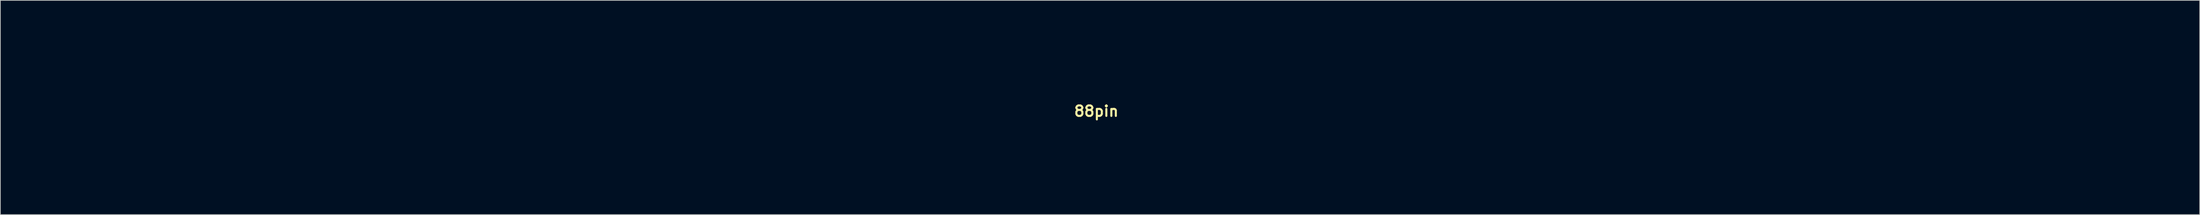
<source format=kicad_pcb>
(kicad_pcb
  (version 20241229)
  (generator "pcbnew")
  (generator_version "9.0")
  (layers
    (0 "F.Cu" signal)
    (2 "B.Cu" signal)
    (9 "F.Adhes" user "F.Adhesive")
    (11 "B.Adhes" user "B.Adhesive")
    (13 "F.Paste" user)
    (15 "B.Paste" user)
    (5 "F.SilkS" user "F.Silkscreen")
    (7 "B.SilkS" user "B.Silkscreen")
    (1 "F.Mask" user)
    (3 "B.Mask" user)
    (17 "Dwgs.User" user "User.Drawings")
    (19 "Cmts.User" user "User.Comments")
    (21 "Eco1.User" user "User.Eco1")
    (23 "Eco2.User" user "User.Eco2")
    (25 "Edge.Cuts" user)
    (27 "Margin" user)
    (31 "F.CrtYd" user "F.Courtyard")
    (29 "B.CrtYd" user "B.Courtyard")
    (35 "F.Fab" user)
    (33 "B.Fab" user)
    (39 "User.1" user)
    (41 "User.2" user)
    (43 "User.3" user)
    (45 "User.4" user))
  (footprint "88pin"
    (layer "F.Cu")
    (at 156.148 13.106)
    (property "Reference" "88pin" (at 0 0 0) (layer "F.SilkS") (effects (font (size 1.524 1.524) (thickness 0.3))))
    (attr through_hole)
    (fp_poly (pts (xy -151.598 6.551) (xy -151.732 6.684) (xy -151.865 6.551) (xy -151.732 6.417) (xy -151.598 6.551)) (stroke (width 0.01) (type solid)) (fill no) (layer "Eco1.User"))
    (fp_poly (pts (xy -150.261 7.887) (xy -150.395 8.021) (xy -150.528 7.887) (xy -150.395 7.754) (xy -150.261 7.887)) (stroke (width 0.01) (type solid)) (fill no) (layer "Eco1.User"))
    (fp_poly (pts (xy -147.053 1.738) (xy -147.186 1.872) (xy -147.32 1.738) (xy -147.186 1.604) (xy -147.053 1.738)) (stroke (width 0.01) (type solid)) (fill no) (layer "Eco1.User"))
    (fp_poly (pts (xy -145.448 3.342) (xy -145.582 3.476) (xy -145.716 3.342) (xy -145.582 3.208) (xy -145.448 3.342)) (stroke (width 0.01) (type solid)) (fill no) (layer "Eco1.User"))
    (fp_poly (pts (xy 147.053 2.807) (xy 146.919 2.941) (xy 146.785 2.807) (xy 146.919 2.674) (xy 147.053 2.807)) (stroke (width 0.01) (type solid)) (fill no) (layer "Eco1.User"))
    (fp_poly (pts (xy 147.053 5.748) (xy 146.919 5.882) (xy 146.785 5.748) (xy 146.919 5.615) (xy 147.053 5.748)) (stroke (width 0.01) (type solid)) (fill no) (layer "Eco1.User"))
    (fp_poly (pts (xy 153.202 6.016) (xy 153.068 6.149) (xy 152.935 6.016) (xy 153.068 5.882) (xy 153.202 6.016)) (stroke (width 0.01) (type solid)) (fill no) (layer "Eco1.User"))
    (fp_poly (pts (xy -151.954 3.565) (xy -151.922 3.882) (xy -151.954 3.921) (xy -152.113 3.885) (xy -152.133 3.743) (xy -152.035 3.523) (xy -151.954 3.565)) (stroke (width 0.01) (type solid)) (fill no) (layer "Eco1.User"))
    (fp_poly (pts (xy -151.954 5.704) (xy -151.922 6.021) (xy -151.954 6.06) (xy -152.113 6.024) (xy -152.133 5.882) (xy -152.035 5.662) (xy -151.954 5.704)) (stroke (width 0.01) (type solid)) (fill no) (layer "Eco1.User"))
    (fp_poly (pts (xy -149.548 8.11) (xy -149.585 8.269) (xy -149.726 8.288) (xy -149.946 8.191) (xy -149.905 8.11) (xy -149.587 8.078) (xy -149.548 8.11)) (stroke (width 0.01) (type solid)) (fill no) (layer "Eco1.User"))
    (fp_poly (pts (xy -147.676 1.426) (xy -147.713 1.585) (xy -147.855 1.604) (xy -148.075 1.506) (xy -148.033 1.426) (xy -147.716 1.394) (xy -147.676 1.426)) (stroke (width 0.01) (type solid)) (fill no) (layer "Eco1.User"))
    (fp_poly (pts (xy -147.409 8.11) (xy -147.446 8.269) (xy -147.587 8.288) (xy -147.807 8.191) (xy -147.766 8.11) (xy -147.448 8.078) (xy -147.409 8.11)) (stroke (width 0.01) (type solid)) (fill no) (layer "Eco1.User"))
    (fp_poly (pts (xy -145.27 3.832) (xy -145.238 4.15) (xy -145.27 4.189) (xy -145.429 4.152) (xy -145.448 4.011) (xy -145.351 3.79) (xy -145.27 3.832)) (stroke (width 0.01) (type solid)) (fill no) (layer "Eco1.User"))
    (fp_poly (pts (xy -145.27 5.436) (xy -145.238 5.754) (xy -145.27 5.793) (xy -145.429 5.756) (xy -145.448 5.615) (xy -145.351 5.395) (xy -145.27 5.436)) (stroke (width 0.01) (type solid)) (fill no) (layer "Eco1.User"))
    (fp_poly (pts (xy 146.696 3.298) (xy 146.728 3.615) (xy 146.696 3.654) (xy 146.537 3.617) (xy 146.518 3.476) (xy 146.616 3.256) (xy 146.696 3.298)) (stroke (width 0.01) (type solid)) (fill no) (layer "Eco1.User"))
    (fp_poly (pts (xy 146.696 4.902) (xy 146.728 5.219) (xy 146.696 5.258) (xy 146.537 5.222) (xy 146.518 5.08) (xy 146.616 4.86) (xy 146.696 4.902)) (stroke (width 0.01) (type solid)) (fill no) (layer "Eco1.User"))
    (fp_poly (pts (xy 149.37 0.891) (xy 149.333 1.05) (xy 149.192 1.069) (xy 148.972 0.972) (xy 149.013 0.891) (xy 149.331 0.859) (xy 149.37 0.891)) (stroke (width 0.01) (type solid)) (fill no) (layer "Eco1.User"))
    (fp_poly (pts (xy 151.241 0.891) (xy 151.205 1.05) (xy 151.063 1.069) (xy 150.843 0.972) (xy 150.885 0.891) (xy 151.202 0.859) (xy 151.241 0.891)) (stroke (width 0.01) (type solid)) (fill no) (layer "Eco1.User"))
    (fp_poly (pts (xy 151.241 7.575) (xy 151.205 7.734) (xy 151.063 7.754) (xy 150.843 7.656) (xy 150.885 7.575) (xy 151.202 7.543) (xy 151.241 7.575)) (stroke (width 0.01) (type solid)) (fill no) (layer "Eco1.User"))
    (fp_poly (pts (xy 153.38 3.03) (xy 153.412 3.347) (xy 153.38 3.387) (xy 153.221 3.35) (xy 153.202 3.208) (xy 153.3 2.988) (xy 153.38 3.03)) (stroke (width 0.01) (type solid)) (fill no) (layer "Eco1.User"))
    (fp_poly (pts (xy 153.38 5.169) (xy 153.412 5.486) (xy 153.38 5.526) (xy 153.221 5.489) (xy 153.202 5.347) (xy 153.3 5.127) (xy 153.38 5.169)) (stroke (width 0.01) (type solid)) (fill no) (layer "Eco1.User"))
    (fp_poly (pts (xy -146.317 2.247) (xy -145.812 2.721) (xy -145.739 2.928) (xy -145.808 2.941) (xy -146.026 2.761) (xy -146.41 2.339) (xy -146.919 1.738) (xy -146.317 2.247)) (stroke (width 0.01) (type solid)) (fill no) (layer "Eco1.User"))
    (fp_poly (pts (xy 151.824 1.178) (xy 152.111 1.447) (xy 152.052 1.602) (xy 152.015 1.604) (xy 151.789 1.414) (xy 151.706 1.296) (xy 151.675 1.113) (xy 151.824 1.178)) (stroke (width 0.01) (type solid)) (fill no) (layer "Eco1.User"))
    (fp_poly (pts (xy -151.457 7.035) (xy -151.264 7.185) (xy -150.893 7.515) (xy -150.796 7.653) (xy -150.926 7.733) (xy -151.281 7.389) (xy -151.365 7.286) (xy -151.596 6.969) (xy -151.457 7.035)) (stroke (width 0.01) (type solid)) (fill no) (layer "Eco1.User"))
    (fp_poly (pts (xy -145.565 6.557) (xy -145.961 7.012) (xy -146.245 7.294) (xy -147.148 8.155) (xy -146.365 7.194) (xy -145.881 6.647) (xy -145.541 6.351) (xy -145.462 6.333) (xy -145.565 6.557)) (stroke (width 0.01) (type solid)) (fill no) (layer "Eco1.User"))
    (fp_poly (pts (xy 148.48 1.084) (xy 148.36 1.304) (xy 147.93 1.707) (xy 147.753 1.849) (xy 146.919 2.494) (xy 147.646 1.729) (xy 148.127 1.275) (xy 148.439 1.076) (xy 148.48 1.084)) (stroke (width 0.01) (type solid)) (fill no) (layer "Eco1.User"))
    (fp_poly (pts (xy 152.73 1.809) (xy 152.935 2.139) (xy 153.107 2.552) (xy 153.087 2.674) (xy 152.873 2.469) (xy 152.667 2.139) (xy 152.495 1.726) (xy 152.515 1.604) (xy 152.73 1.809)) (stroke (width 0.01) (type solid)) (fill no) (layer "Eco1.User"))
    (fp_poly (pts (xy 14.277 2.63) (xy 14.805 3.263) (xy 14.973 4.163) (xy 14.973 5.08) (xy 11.764 5.08) (xy 11.764 4.186) (xy 11.981 3.248) (xy 12.575 2.625) (xy 13.437 2.406) (xy 14.277 2.63)) (stroke (width 0.01) (type solid)) (fill no) (layer "Eco1.User"))
    (fp_poly (pts (xy -36.609 2.64) (xy -36.038 3.279) (xy -35.827 4.226) (xy -35.827 4.232) (xy -35.827 5.08) (xy -39.036 5.08) (xy -39.036 4.163) (xy -38.84 3.199) (xy -38.278 2.598) (xy -37.454 2.406) (xy -36.609 2.64)) (stroke (width 0.01) (type solid)) (fill no) (layer "Eco1.User"))
    (fp_poly (pts (xy 147.708 6.715) (xy 148.361 7.178) (xy 148.791 7.442) (xy 149.079 7.666) (xy 148.995 7.746) (xy 148.605 7.577) (xy 148.053 7.15) (xy 147.913 7.018) (xy 147.573 6.666) (xy 147.579 6.619) (xy 147.708 6.715)) (stroke (width 0.01) (type solid)) (fill no) (layer "Eco1.User"))
    (fp_poly (pts (xy 152.835 6.626) (xy 152.819 6.655) (xy 152.532 6.94) (xy 152.102 7.233) (xy 151.726 7.414) (xy 151.598 7.393) (xy 151.796 7.185) (xy 152.276 6.836) (xy 152.299 6.821) (xy 152.722 6.589) (xy 152.835 6.626)) (stroke (width 0.01) (type solid)) (fill no) (layer "Eco1.User"))
    (fp_poly (pts (xy -85.558 1.622) (xy -85.715 2.915) (xy -86.181 3.784) (xy -86.95 4.218) (xy -87.429 4.27) (xy -88.062 4.196) (xy -88.392 4.073) (xy -88.91 3.442) (xy -89.229 2.454) (xy -89.301 1.622) (xy -89.301 0.535) (xy -85.558 0.535) (xy -85.558 1.622)) (stroke (width 0.01) (type solid)) (fill no) (layer "Eco1.User"))
    (fp_poly (pts (xy -81.416 0.89) (xy -80.728 1.297) (xy -80.355 1.718) (xy -80.133 2.333) (xy -80.008 3.301) (xy -79.998 3.436) (xy -79.879 5.08) (xy -83.856 5.08) (xy -83.659 3.416) (xy -83.367 2.124) (xy -82.868 1.253) (xy -82.204 0.832) (xy -81.416 0.89)) (stroke (width 0.01) (type solid)) (fill no) (layer "Eco1.User"))
    (fp_poly (pts (xy -149.291 1.415) (xy -149.335 1.575) (xy -149.539 1.604) (xy -149.986 1.771) (xy -150.626 2.196) (xy -150.963 2.472) (xy -151.508 2.923) (xy -151.702 3.005) (xy -151.584 2.751) (xy -151.15 2.27) (xy -150.533 1.815) (xy -149.9 1.481) (xy -149.418 1.367) (xy -149.291 1.415)) (stroke (width 0.01) (type solid)) (fill no) (layer "Eco1.User"))
    (fp_poly (pts (xy -103.848 0.917) (xy -103.107 1.356) (xy -102.525 2.084) (xy -102.461 2.92) (xy -102.818 3.684) (xy -103.432 4.146) (xy -104.252 4.281) (xy -105.053 4.079) (xy -105.435 3.789) (xy -105.823 3.002) (xy -105.789 2.112) (xy -105.343 1.337) (xy -104.62 0.872) (xy -103.848 0.917)) (stroke (width 0.01) (type solid)) (fill no) (layer "Eco1.User"))
    (fp_poly (pts (xy -53.583 0.917) (xy -52.841 1.356) (xy -52.259 2.084) (xy -52.196 2.92) (xy -52.553 3.684) (xy -53.167 4.146) (xy -53.986 4.281) (xy -54.787 4.079) (xy -55.17 3.789) (xy -55.558 3.002) (xy -55.523 2.112) (xy -55.078 1.337) (xy -54.355 0.872) (xy -53.583 0.917)) (stroke (width 0.01) (type solid)) (fill no) (layer "Eco1.User"))
    (fp_poly (pts (xy -43.918 2.595) (xy -43.312 3.187) (xy -43.049 4.109) (xy -43.046 4.232) (xy -43.046 5.08) (xy -44.622 5.08) (xy -45.589 5.04) (xy -46.134 4.901) (xy -46.36 4.658) (xy -46.42 3.92) (xy -46.17 3.165) (xy -45.707 2.667) (xy -44.754 2.399) (xy -43.918 2.595)) (stroke (width 0.01) (type solid)) (fill no) (layer "Eco1.User"))
    (fp_poly (pts (xy 4.545 0.105) (xy 4.443 1.042) (xy 4.059 1.774) (xy 3.77 2.111) (xy 3.123 2.7) (xy 2.562 2.896) (xy 1.898 2.765) (xy 1.872 2.756) (xy 1.252 2.318) (xy 0.904 1.51) (xy 0.802 0.35) (xy 0.802 -1.069) (xy 4.545 -1.069) (xy 4.545 0.105)) (stroke (width 0.01) (type solid)) (fill no) (layer "Eco1.User"))
    (fp_poly (pts (xy 21.532 2.61) (xy 21.644 2.667) (xy 22.113 3.176) (xy 22.359 3.933) (xy 22.296 4.658) (xy 22.048 4.913) (xy 21.48 5.045) (xy 20.559 5.08) (xy 18.983 5.08) (xy 18.983 4.186) (xy 19.201 3.256) (xy 19.777 2.639) (xy 20.593 2.402) (xy 21.532 2.61)) (stroke (width 0.01) (type solid)) (fill no) (layer "Eco1.User"))
    (fp_poly (pts (xy 50.716 2.793) (xy 51.202 3.49) (xy 51.335 4.232) (xy 51.335 5.08) (xy 49.759 5.08) (xy 48.793 5.04) (xy 48.247 4.901) (xy 48.021 4.657) (xy 47.878 3.844) (xy 48.197 3.156) (xy 48.394 2.941) (xy 49.179 2.461) (xy 49.997 2.431) (xy 50.716 2.793)) (stroke (width 0.01) (type solid)) (fill no) (layer "Eco1.User"))
    (fp_poly (pts (xy 82.357 1.215) (xy 82.794 1.904) (xy 82.884 2.514) (xy 82.667 3.409) (xy 82.107 4.017) (xy 81.344 4.281) (xy 80.517 4.142) (xy 79.943 3.743) (xy 79.474 2.989) (xy 79.538 2.202) (xy 80.065 1.458) (xy 80.864 0.945) (xy 81.671 0.88) (xy 82.357 1.215)) (stroke (width 0.01) (type solid)) (fill no) (layer "Eco1.User"))
    (fp_poly (pts (xy 103.897 0.917) (xy 104.639 1.356) (xy 105.221 2.084) (xy 105.284 2.92) (xy 104.927 3.684) (xy 104.313 4.146) (xy 103.494 4.281) (xy 102.693 4.079) (xy 102.31 3.789) (xy 101.922 3.002) (xy 101.957 2.112) (xy 102.402 1.337) (xy 103.125 0.872) (xy 103.897 0.917)) (stroke (width 0.01) (type solid)) (fill no) (layer "Eco1.User"))
    (fp_poly (pts (xy -114.78 0.909) (xy -114.166 1.337) (xy -113.734 2.082) (xy -113.671 2.939) (xy -113.984 3.69) (xy -114.121 3.835) (xy -114.868 4.218) (xy -115.718 4.246) (xy -116.455 3.932) (xy -116.691 3.684) (xy -117.072 2.788) (xy -116.93 1.966) (xy -116.403 1.356) (xy -115.541 0.878) (xy -114.78 0.909)) (stroke (width 0.01) (type solid)) (fill no) (layer "Eco1.User"))
    (fp_poly (pts (xy -108.768 1.144) (xy -108.277 1.721) (xy -108.063 2.472) (xy -108.221 3.309) (xy -108.433 3.684) (xy -109.031 4.164) (xy -109.755 4.278) (xy -110.607 4.106) (xy -111.076 3.684) (xy -111.456 2.764) (xy -111.335 1.878) (xy -110.958 1.337) (xy -110.203 0.865) (xy -109.442 0.83) (xy -108.768 1.144)) (stroke (width 0.01) (type solid)) (fill no) (layer "Eco1.User"))
    (fp_poly (pts (xy -98.013 1.02) (xy -97.371 1.552) (xy -96.907 2.21) (xy -96.787 2.662) (xy -97.018 3.403) (xy -97.603 3.944) (xy -98.377 4.225) (xy -99.178 4.184) (xy -99.821 3.789) (xy -100.191 3.05) (xy -100.177 2.224) (xy -99.843 1.47) (xy -99.251 0.947) (xy -98.647 0.802) (xy -98.013 1.02)) (stroke (width 0.01) (type solid)) (fill no) (layer "Eco1.User"))
    (fp_poly (pts (xy -92.475 0.969) (xy -91.803 1.484) (xy -91.325 2.26) (xy -91.305 3.052) (xy -91.684 3.733) (xy -92.406 4.177) (xy -93.076 4.278) (xy -93.783 4.129) (xy -94.228 3.858) (xy -94.591 3.172) (xy -94.633 2.328) (xy -94.37 1.559) (xy -94.054 1.218) (xy -93.233 0.844) (xy -92.475 0.969)) (stroke (width 0.01) (type solid)) (fill no) (layer "Eco1.User"))
    (fp_poly (pts (xy -59.261 0.912) (xy -58.35 1.305) (xy -57.846 1.983) (xy -57.79 2.839) (xy -58.168 3.684) (xy -58.782 4.146) (xy -59.601 4.281) (xy -60.402 4.079) (xy -60.785 3.789) (xy -61.191 3.018) (xy -61.181 2.207) (xy -60.828 1.492) (xy -60.203 1.008) (xy -59.379 0.893) (xy -59.261 0.912)) (stroke (width 0.01) (type solid)) (fill no) (layer "Eco1.User"))
    (fp_poly (pts (xy -44.2 -13.032) (xy -43.533 -12.609) (xy -43.119 -11.865) (xy -43.046 -11.317) (xy -43.259 -10.484) (xy -43.801 -9.901) (xy -44.526 -9.631) (xy -45.289 -9.736) (xy -45.812 -10.114) (xy -46.177 -10.848) (xy -46.214 -11.716) (xy -45.927 -12.476) (xy -45.766 -12.659) (xy -44.988 -13.071) (xy -44.2 -13.032)) (stroke (width 0.01) (type solid)) (fill no) (layer "Eco1.User"))
    (fp_poly (pts (xy -36.615 -12.909) (xy -36.006 -12.374) (xy -35.839 -12.059) (xy -35.707 -11.135) (xy -36.016 -10.281) (xy -36.469 -9.83) (xy -37.175 -9.632) (xy -37.99 -9.753) (xy -38.612 -10.135) (xy -38.965 -10.899) (xy -38.988 -11.53) (xy -38.696 -12.354) (xy -38.106 -12.874) (xy -37.364 -13.068) (xy -36.615 -12.909)) (stroke (width 0.01) (type solid)) (fill no) (layer "Eco1.User"))
    (fp_poly (pts (xy -29.25 2.611) (xy -28.775 3.158) (xy -28.482 3.906) (xy -28.478 4.555) (xy -28.654 4.855) (xy -29.031 5.015) (xy -29.742 5.075) (xy -30.231 5.08) (xy -31.817 5.08) (xy -31.817 4.186) (xy -31.657 3.356) (xy -31.328 2.849) (xy -30.634 2.495) (xy -29.817 2.426) (xy -29.25 2.611)) (stroke (width 0.01) (type solid)) (fill no) (layer "Eco1.User"))
    (fp_poly (pts (xy -25.651 -0.336) (xy -25.054 0.228) (xy -24.865 1.037) (xy -25.083 1.991) (xy -25.724 2.619) (xy -26.255 2.818) (xy -26.888 2.839) (xy -27.469 2.491) (xy -27.659 2.31) (xy -28.223 1.53) (xy -28.276 0.77) (xy -27.925 0.059) (xy -27.323 -0.422) (xy -26.607 -0.535) (xy -25.651 -0.336)) (stroke (width 0.01) (type solid)) (fill no) (layer "Eco1.User"))
    (fp_poly (pts (xy -22.538 2.475) (xy -21.805 2.821) (xy -21.302 3.432) (xy -21.173 4.227) (xy -21.253 4.622) (xy -21.464 4.846) (xy -21.935 4.959) (xy -22.797 5.02) (xy -22.927 5.026) (xy -24.598 5.106) (xy -24.598 4.198) (xy -24.438 3.355) (xy -24.109 2.849) (xy -23.354 2.461) (xy -22.538 2.475)) (stroke (width 0.01) (type solid)) (fill no) (layer "Eco1.User"))
    (fp_poly (pts (xy -14.849 -12.885) (xy -14.268 -12.335) (xy -13.952 -11.601) (xy -13.958 -10.829) (xy -14.341 -10.169) (xy -14.497 -10.041) (xy -15.417 -9.662) (xy -16.303 -9.783) (xy -16.844 -10.16) (xy -17.28 -10.912) (xy -17.292 -11.731) (xy -16.943 -12.468) (xy -16.293 -12.969) (xy -15.641 -13.101) (xy -14.849 -12.885)) (stroke (width 0.01) (type solid)) (fill no) (layer "Eco1.User"))
    (fp_poly (pts (xy -0.619 -13.032) (xy 0.048 -12.609) (xy 0.462 -11.865) (xy 0.535 -11.317) (xy 0.317 -10.491) (xy -0.236 -9.903) (xy -0.976 -9.622) (xy -1.755 -9.714) (xy -2.254 -10.045) (xy -2.596 -10.715) (xy -2.647 -11.572) (xy -2.415 -12.361) (xy -2.185 -12.659) (xy -1.407 -13.071) (xy -0.619 -13.032)) (stroke (width 0.01) (type solid)) (fill no) (layer "Eco1.User"))
    (fp_poly (pts (xy -0.084 2.793) (xy 0.402 3.49) (xy 0.535 4.232) (xy 0.535 5.08) (xy -1.025 5.08) (xy -1.895 5.052) (xy -2.535 4.978) (xy -2.763 4.902) (xy -2.944 4.392) (xy -2.842 3.693) (xy -2.498 3.043) (xy -2.406 2.941) (xy -1.621 2.461) (xy -0.803 2.431) (xy -0.084 2.793)) (stroke (width 0.01) (type solid)) (fill no) (layer "Eco1.User"))
    (fp_poly (pts (xy 6.698 2.527) (xy 7.311 2.895) (xy 7.631 3.512) (xy 7.754 4.232) (xy 7.754 5.08) (xy 6.167 5.08) (xy 5.252 5.053) (xy 4.735 4.945) (xy 4.482 4.717) (xy 4.415 4.555) (xy 4.424 3.882) (xy 4.725 3.136) (xy 5.187 2.611) (xy 5.887 2.414) (xy 6.698 2.527)) (stroke (width 0.01) (type solid)) (fill no) (layer "Eco1.User"))
    (fp_poly (pts (xy 25.149 -0.336) (xy 25.746 0.228) (xy 25.935 1.037) (xy 25.717 1.991) (xy 25.076 2.619) (xy 24.545 2.818) (xy 23.912 2.839) (xy 23.331 2.491) (xy 23.141 2.31) (xy 22.577 1.53) (xy 22.524 0.77) (xy 22.875 0.059) (xy 23.477 -0.422) (xy 24.193 -0.535) (xy 25.149 -0.336)) (stroke (width 0.01) (type solid)) (fill no) (layer "Eco1.User"))
    (fp_poly (pts (xy 43.463 -12.714) (xy 43.967 -12.1) (xy 44.128 -11.281) (xy 43.933 -10.471) (xy 43.627 -10.068) (xy 42.892 -9.696) (xy 42.056 -9.675) (xy 41.364 -10.01) (xy 41.345 -10.028) (xy 40.809 -10.847) (xy 40.804 -11.687) (xy 41.107 -12.264) (xy 41.843 -12.907) (xy 42.685 -13.032) (xy 43.463 -12.714)) (stroke (width 0.01) (type solid)) (fill no) (layer "Eco1.User"))
    (fp_poly (pts (xy 50.181 -13.032) (xy 50.848 -12.609) (xy 51.262 -11.865) (xy 51.335 -11.317) (xy 51.122 -10.484) (xy 50.58 -9.901) (xy 49.855 -9.631) (xy 49.092 -9.736) (xy 48.569 -10.114) (xy 48.204 -10.848) (xy 48.167 -11.716) (xy 48.454 -12.476) (xy 48.615 -12.659) (xy 49.393 -13.071) (xy 50.181 -13.032)) (stroke (width 0.01) (type solid)) (fill no) (layer "Eco1.User"))
    (fp_poly (pts (xy 59.467 1.02) (xy 60.109 1.552) (xy 60.573 2.21) (xy 60.693 2.662) (xy 60.462 3.403) (xy 59.877 3.944) (xy 59.103 4.225) (xy 58.302 4.184) (xy 57.659 3.789) (xy 57.289 3.05) (xy 57.303 2.224) (xy 57.637 1.47) (xy 58.229 0.947) (xy 58.833 0.802) (xy 59.467 1.02)) (stroke (width 0.01) (type solid)) (fill no) (layer "Eco1.User"))
    (fp_poly (pts (xy 64.878 -12.956) (xy 65.579 -12.521) (xy 65.988 -11.79) (xy 66.04 -11.363) (xy 65.816 -10.566) (xy 65.245 -9.981) (xy 64.483 -9.67) (xy 63.682 -9.697) (xy 63.007 -10.114) (xy 62.624 -10.861) (xy 62.596 -11.711) (xy 62.91 -12.448) (xy 63.158 -12.685) (xy 64.025 -13.032) (xy 64.878 -12.956)) (stroke (width 0.01) (type solid)) (fill no) (layer "Eco1.User"))
    (fp_poly (pts (xy 65.005 0.969) (xy 65.677 1.484) (xy 66.155 2.26) (xy 66.175 3.052) (xy 65.796 3.733) (xy 65.074 4.177) (xy 64.404 4.278) (xy 63.697 4.129) (xy 63.252 3.858) (xy 62.889 3.172) (xy 62.847 2.328) (xy 63.11 1.559) (xy 63.426 1.218) (xy 64.247 0.844) (xy 65.005 0.969)) (stroke (width 0.01) (type solid)) (fill no) (layer "Eco1.User"))
    (fp_poly (pts (xy 79.532 -12.885) (xy 80.113 -12.335) (xy 80.429 -11.601) (xy 80.423 -10.829) (xy 80.04 -10.169) (xy 79.884 -10.041) (xy 78.964 -9.662) (xy 78.078 -9.783) (xy 77.537 -10.16) (xy 77.101 -10.912) (xy 77.089 -11.731) (xy 77.438 -12.468) (xy 78.088 -12.969) (xy 78.74 -13.101) (xy 79.532 -12.885)) (stroke (width 0.01) (type solid)) (fill no) (layer "Eco1.User"))
    (fp_poly (pts (xy 87.35 0.909) (xy 87.964 1.337) (xy 88.397 2.082) (xy 88.459 2.939) (xy 88.147 3.69) (xy 88.01 3.835) (xy 87.263 4.218) (xy 86.413 4.246) (xy 85.676 3.932) (xy 85.439 3.684) (xy 85.058 2.788) (xy 85.201 1.966) (xy 85.728 1.356) (xy 86.589 0.878) (xy 87.35 0.909)) (stroke (width 0.01) (type solid)) (fill no) (layer "Eco1.User"))
    (fp_poly (pts (xy 98.786 1.115) (xy 99.431 1.667) (xy 99.677 2.464) (xy 99.482 3.351) (xy 99.427 3.457) (xy 98.849 4.015) (xy 98.045 4.254) (xy 97.227 4.148) (xy 96.707 3.802) (xy 96.31 3.004) (xy 96.342 2.109) (xy 96.787 1.337) (xy 97.392 0.897) (xy 98.043 0.853) (xy 98.786 1.115)) (stroke (width 0.01) (type solid)) (fill no) (layer "Eco1.User"))
    (fp_poly (pts (xy 100.981 -13.032) (xy 101.648 -12.609) (xy 102.062 -11.865) (xy 102.135 -11.317) (xy 101.922 -10.484) (xy 101.38 -9.901) (xy 100.655 -9.631) (xy 99.892 -9.736) (xy 99.369 -10.114) (xy 99.004 -10.848) (xy 98.967 -11.716) (xy 99.254 -12.476) (xy 99.415 -12.659) (xy 100.193 -13.071) (xy 100.981 -13.032)) (stroke (width 0.01) (type solid)) (fill no) (layer "Eco1.User"))
    (fp_poly (pts (xy 108.642 -12.844) (xy 109.236 -12.294) (xy 109.514 -11.486) (xy 109.458 -10.806) (xy 109.043 -10.105) (xy 108.337 -9.703) (xy 107.516 -9.641) (xy 106.757 -9.96) (xy 106.569 -10.135) (xy 106.202 -10.887) (xy 106.221 -11.742) (xy 106.593 -12.492) (xy 106.966 -12.8) (xy 107.847 -13.043) (xy 108.642 -12.844)) (stroke (width 0.01) (type solid)) (fill no) (layer "Eco1.User"))
    (fp_poly (pts (xy 115.7 -12.964) (xy 116.305 -12.566) (xy 116.769 -11.808) (xy 116.738 -10.924) (xy 116.381 -10.134) (xy 115.816 -9.521) (xy 115.123 -9.411) (xy 114.27 -9.802) (xy 114.099 -9.923) (xy 113.5 -10.607) (xy 113.364 -11.252) (xy 113.58 -12.135) (xy 114.134 -12.756) (xy 114.887 -13.053) (xy 115.7 -12.964)) (stroke (width 0.01) (type solid)) (fill no) (layer "Eco1.User"))
    (fp_poly (pts (xy -108.924 -12.66) (xy -108.424 -11.99) (xy -108.284 -11.283) (xy -108.424 -10.511) (xy -108.894 -10.069) (xy -109.767 -9.899) (xy -110.066 -9.893) (xy -110.899 -9.969) (xy -111.365 -10.236) (xy -111.483 -10.41) (xy -111.746 -11.364) (xy -111.495 -12.231) (xy -111.225 -12.566) (xy -110.467 -13.011) (xy -109.652 -13.021) (xy -108.924 -12.66)) (stroke (width 0.01) (type solid)) (fill no) (layer "Eco1.User"))
    (fp_poly (pts (xy -69.856 1.033) (xy -69.315 1.617) (xy -69.034 2.392) (xy -69.074 3.193) (xy -69.47 3.835) (xy -70.217 4.218) (xy -71.067 4.246) (xy -71.804 3.932) (xy -72.041 3.684) (xy -72.359 3.055) (xy -72.457 2.602) (xy -72.241 2.01) (xy -71.716 1.394) (xy -71.07 0.935) (xy -70.597 0.802) (xy -69.856 1.033)) (stroke (width 0.01) (type solid)) (fill no) (layer "Eco1.User"))
    (fp_poly (pts (xy -64.307 1.005) (xy -63.901 1.337) (xy -63.468 2.082) (xy -63.406 2.939) (xy -63.718 3.69) (xy -63.855 3.835) (xy -64.602 4.218) (xy -65.452 4.246) (xy -66.189 3.932) (xy -66.426 3.684) (xy -66.831 2.762) (xy -66.721 1.935) (xy -66.11 1.26) (xy -65.857 1.109) (xy -65.009 0.825) (xy -64.307 1.005)) (stroke (width 0.01) (type solid)) (fill no) (layer "Eco1.User"))
    (fp_poly (pts (xy -47.279 -0.256) (xy -46.938 0.059) (xy -46.562 0.89) (xy -46.694 1.654) (xy -47.178 2.285) (xy -47.812 2.79) (xy -48.41 2.891) (xy -48.928 2.756) (xy -49.574 2.274) (xy -49.936 1.512) (xy -49.968 0.667) (xy -49.627 -0.063) (xy -49.578 -0.115) (xy -48.892 -0.477) (xy -48.048 -0.519) (xy -47.279 -0.256)) (stroke (width 0.01) (type solid)) (fill no) (layer "Eco1.User"))
    (fp_poly (pts (xy -40.451 -0.476) (xy -39.796 -0.04) (xy -39.719 0.059) (xy -39.338 0.955) (xy -39.481 1.777) (xy -40.008 2.387) (xy -40.675 2.825) (xy -41.218 2.889) (xy -41.843 2.622) (xy -42.496 2.108) (xy -42.753 1.431) (xy -42.775 1.044) (xy -42.554 0.276) (xy -41.988 -0.267) (xy -41.234 -0.535) (xy -40.451 -0.476)) (stroke (width 0.01) (type solid)) (fill no) (layer "Eco1.User"))
    (fp_poly (pts (xy -32.93 -0.319) (xy -32.308 0.262) (xy -32.088 1.091) (xy -32.225 1.877) (xy -32.707 2.417) (xy -33.069 2.634) (xy -33.679 2.892) (xy -34.157 2.85) (xy -34.743 2.475) (xy -34.856 2.387) (xy -35.407 1.681) (xy -35.523 0.893) (xy -35.254 0.166) (xy -34.647 -0.357) (xy -33.848 -0.535) (xy -32.93 -0.319)) (stroke (width 0.01) (type solid)) (fill no) (layer "Eco1.User"))
    (fp_poly (pts (xy -29.387 -12.915) (xy -28.876 -12.566) (xy -28.404 -11.811) (xy -28.369 -11.05) (xy -28.683 -10.377) (xy -29.26 -9.886) (xy -30.011 -9.672) (xy -30.848 -9.829) (xy -31.223 -10.041) (xy -31.705 -10.652) (xy -31.798 -11.411) (xy -31.556 -12.168) (xy -31.034 -12.776) (xy -30.288 -13.087) (xy -30.079 -13.101) (xy -29.387 -12.915)) (stroke (width 0.01) (type solid)) (fill no) (layer "Eco1.User"))
    (fp_poly (pts (xy -22.063 -12.863) (xy -21.428 -12.264) (xy -21.127 -11.48) (xy -21.122 -11.363) (xy -21.36 -10.566) (xy -21.959 -9.931) (xy -22.743 -9.631) (xy -22.86 -9.625) (xy -23.552 -9.811) (xy -24.063 -10.16) (xy -24.499 -10.912) (xy -24.511 -11.731) (xy -24.162 -12.468) (xy -23.512 -12.969) (xy -22.86 -13.101) (xy -22.063 -12.863)) (stroke (width 0.01) (type solid)) (fill no) (layer "Eco1.User"))
    (fp_poly (pts (xy -18.421 -0.336) (xy -17.841 0.248) (xy -17.646 1.19) (xy -17.776 2.003) (xy -18.235 2.511) (xy -19.038 2.811) (xy -19.648 2.843) (xy -20.209 2.525) (xy -20.466 2.285) (xy -20.945 1.682) (xy -21.041 1.118) (xy -20.993 0.857) (xy -20.659 0.003) (xy -20.132 -0.426) (xy -19.371 -0.535) (xy -18.421 -0.336)) (stroke (width 0.01) (type solid)) (fill no) (layer "Eco1.User"))
    (fp_poly (pts (xy -7.815 2.564) (xy -7.175 3.024) (xy -6.775 3.748) (xy -6.728 4.513) (xy -6.769 4.648) (xy -7.123 4.917) (xy -7.807 5.071) (xy -8.631 5.107) (xy -9.407 5.025) (xy -9.945 4.822) (xy -10.064 4.678) (xy -10.141 3.849) (xy -9.801 3.129) (xy -9.161 2.631) (xy -8.339 2.463) (xy -7.815 2.564)) (stroke (width 0.01) (type solid)) (fill no) (layer "Eco1.User"))
    (fp_poly (pts (xy 7.14 -12.715) (xy 7.694 -12.001) (xy 7.886 -11.032) (xy 7.85 -10.628) (xy 7.712 -9.996) (xy 7.463 -9.708) (xy 6.93 -9.629) (xy 6.557 -9.625) (xy 5.506 -9.78) (xy 4.988 -10.114) (xy 4.579 -10.883) (xy 4.57 -11.702) (xy 4.897 -12.432) (xy 5.497 -12.929) (xy 6.3 -13.054) (xy 7.14 -12.715)) (stroke (width 0.01) (type solid)) (fill no) (layer "Eco1.User"))
    (fp_poly (pts (xy 10.349 -0.476) (xy 11.004 -0.04) (xy 11.081 0.059) (xy 11.462 0.955) (xy 11.319 1.777) (xy 10.792 2.387) (xy 10.125 2.825) (xy 9.582 2.889) (xy 8.957 2.622) (xy 8.304 2.108) (xy 8.047 1.431) (xy 8.025 1.044) (xy 8.246 0.276) (xy 8.812 -0.267) (xy 9.566 -0.535) (xy 10.349 -0.476)) (stroke (width 0.01) (type solid)) (fill no) (layer "Eco1.User"))
    (fp_poly (pts (xy 17.87 -0.319) (xy 18.492 0.262) (xy 18.712 1.091) (xy 18.575 1.877) (xy 18.093 2.417) (xy 17.731 2.634) (xy 17.121 2.892) (xy 16.643 2.85) (xy 16.057 2.475) (xy 15.944 2.387) (xy 15.393 1.681) (xy 15.277 0.893) (xy 15.546 0.166) (xy 16.153 -0.357) (xy 16.952 -0.535) (xy 17.87 -0.319)) (stroke (width 0.01) (type solid)) (fill no) (layer "Eco1.User"))
    (fp_poly (pts (xy 21.518 -12.863) (xy 22.153 -12.264) (xy 22.454 -11.48) (xy 22.459 -11.363) (xy 22.221 -10.566) (xy 21.622 -9.931) (xy 20.838 -9.631) (xy 20.721 -9.625) (xy 20.029 -9.811) (xy 19.518 -10.16) (xy 19.082 -10.912) (xy 19.07 -11.731) (xy 19.419 -12.468) (xy 20.069 -12.969) (xy 20.721 -13.101) (xy 21.518 -12.863)) (stroke (width 0.01) (type solid)) (fill no) (layer "Eco1.User"))
    (fp_poly (pts (xy 32.289 -0.377) (xy 32.903 0.125) (xy 33.149 1.015) (xy 33.154 1.19) (xy 32.936 2.075) (xy 32.355 2.641) (xy 31.522 2.82) (xy 30.81 2.661) (xy 30.16 2.146) (xy 29.85 1.355) (xy 29.943 0.473) (xy 30.011 0.31) (xy 30.417 -0.223) (xy 31.081 -0.456) (xy 31.318 -0.482) (xy 32.289 -0.377)) (stroke (width 0.01) (type solid)) (fill no) (layer "Eco1.User"))
    (fp_poly (pts (xy 35.767 2.564) (xy 36.406 3.024) (xy 36.806 3.748) (xy 36.853 4.513) (xy 36.812 4.648) (xy 36.458 4.917) (xy 35.774 5.071) (xy 34.95 5.107) (xy 34.174 5.025) (xy 33.636 4.822) (xy 33.518 4.678) (xy 33.44 3.849) (xy 33.78 3.129) (xy 34.42 2.631) (xy 35.242 2.463) (xy 35.767 2.564)) (stroke (width 0.01) (type solid)) (fill no) (layer "Eco1.User"))
    (fp_poly (pts (xy 47.102 -0.256) (xy 47.443 0.059) (xy 47.819 0.89) (xy 47.687 1.654) (xy 47.203 2.285) (xy 46.569 2.79) (xy 45.971 2.891) (xy 45.453 2.756) (xy 44.807 2.274) (xy 44.445 1.512) (xy 44.413 0.667) (xy 44.754 -0.063) (xy 44.803 -0.115) (xy 45.489 -0.477) (xy 46.333 -0.519) (xy 47.102 -0.256)) (stroke (width 0.01) (type solid)) (fill no) (layer "Eco1.User"))
    (fp_poly (pts (xy 54.425 -0.189) (xy 54.662 0.059) (xy 55.043 0.955) (xy 54.9 1.777) (xy 54.373 2.387) (xy 53.725 2.811) (xy 53.173 2.89) (xy 52.672 2.756) (xy 52.014 2.273) (xy 51.661 1.52) (xy 51.652 0.69) (xy 52.025 -0.029) (xy 52.091 -0.092) (xy 52.838 -0.475) (xy 53.688 -0.503) (xy 54.425 -0.189)) (stroke (width 0.01) (type solid)) (fill no) (layer "Eco1.User"))
    (fp_poly (pts (xy 57.625 -12.916) (xy 58.241 -12.475) (xy 58.614 -11.814) (xy 58.663 -11.035) (xy 58.306 -10.243) (xy 58.116 -10.028) (xy 57.439 -9.684) (xy 56.614 -9.681) (xy 55.895 -10.01) (xy 55.788 -10.114) (xy 55.394 -10.878) (xy 55.378 -11.732) (xy 55.724 -12.471) (xy 55.998 -12.714) (xy 56.85 -13.03) (xy 57.625 -12.916)) (stroke (width 0.01) (type solid)) (fill no) (layer "Eco1.User"))
    (fp_poly (pts (xy 72.318 -12.863) (xy 72.953 -12.264) (xy 73.254 -11.48) (xy 73.259 -11.363) (xy 73.021 -10.566) (xy 72.422 -9.931) (xy 71.638 -9.631) (xy 71.521 -9.625) (xy 70.829 -9.811) (xy 70.318 -10.16) (xy 69.882 -10.912) (xy 69.87 -11.731) (xy 70.219 -12.468) (xy 70.869 -12.969) (xy 71.521 -13.101) (xy 72.318 -12.863)) (stroke (width 0.01) (type solid)) (fill no) (layer "Eco1.User"))
    (fp_poly (pts (xy 76.158 0.929) (xy 76.675 1.218) (xy 77.123 1.821) (xy 77.275 2.645) (xy 77.116 3.457) (xy 76.849 3.858) (xy 76.169 4.206) (xy 75.305 4.238) (xy 74.512 3.945) (xy 74.469 3.915) (xy 74.055 3.318) (xy 73.975 2.52) (xy 74.218 1.733) (xy 74.581 1.295) (xy 75.381 0.858) (xy 76.158 0.929)) (stroke (width 0.01) (type solid)) (fill no) (layer "Eco1.User"))
    (fp_poly (pts (xy 93.173 1.005) (xy 93.579 1.337) (xy 94.012 2.082) (xy 94.074 2.939) (xy 93.762 3.69) (xy 93.625 3.835) (xy 92.878 4.218) (xy 92.028 4.246) (xy 91.291 3.932) (xy 91.054 3.684) (xy 90.649 2.762) (xy 90.759 1.935) (xy 91.37 1.26) (xy 91.623 1.109) (xy 92.471 0.825) (xy 93.173 1.005)) (stroke (width 0.01) (type solid)) (fill no) (layer "Eco1.User"))
    (fp_poly (pts (xy 109.75 1.018) (xy 110.366 1.543) (xy 110.825 2.189) (xy 110.958 2.662) (xy 110.727 3.403) (xy 110.143 3.944) (xy 109.368 4.225) (xy 108.567 4.184) (xy 107.925 3.789) (xy 107.542 3.042) (xy 107.514 2.192) (xy 107.828 1.455) (xy 108.076 1.218) (xy 108.705 0.9) (xy 109.158 0.802) (xy 109.75 1.018)) (stroke (width 0.01) (type solid)) (fill no) (layer "Eco1.User"))
    (fp_poly (pts (xy 115.288 0.968) (xy 115.785 1.295) (xy 116.252 1.949) (xy 116.402 2.761) (xy 116.225 3.522) (xy 115.898 3.915) (xy 115.117 4.228) (xy 114.251 4.218) (xy 113.551 3.89) (xy 113.517 3.858) (xy 113.154 3.172) (xy 113.112 2.328) (xy 113.376 1.559) (xy 113.691 1.218) (xy 114.517 0.841) (xy 115.288 0.968)) (stroke (width 0.01) (type solid)) (fill no) (layer "Eco1.User"))
    (fp_poly (pts (xy -125.455 1.218) (xy -125.008 1.821) (xy -124.856 2.645) (xy -125.015 3.457) (xy -125.281 3.858) (xy -125.952 4.202) (xy -126.801 4.245) (xy -127.557 3.977) (xy -127.603 3.944) (xy -127.996 3.436) (xy -128.214 2.888) (xy -128.234 2.256) (xy -127.886 1.674) (xy -127.706 1.484) (xy -126.926 0.92) (xy -126.166 0.867) (xy -125.455 1.218)) (stroke (width 0.01) (type solid)) (fill no) (layer "Eco1.User"))
    (fp_poly (pts (xy -120.719 0.741) (xy -120.335 0.926) (xy -119.605 1.481) (xy -119.283 2.254) (xy -119.246 2.788) (xy -119.471 3.533) (xy -120.042 4.037) (xy -120.807 4.25) (xy -121.614 4.122) (xy -122.187 3.743) (xy -122.599 3.206) (xy -122.684 2.637) (xy -122.448 1.868) (xy -122.272 1.48) (xy -121.858 0.803) (xy -121.389 0.571) (xy -120.719 0.741)) (stroke (width 0.01) (type solid)) (fill no) (layer "Eco1.User"))
    (fp_poly (pts (xy -116.181 -12.706) (xy -115.688 -12.066) (xy -115.55 -11.224) (xy -115.731 -10.541) (xy -116.006 -10.129) (xy -116.452 -9.939) (xy -117.241 -9.893) (xy -118.03 -9.938) (xy -118.472 -10.127) (xy -118.752 -10.543) (xy -118.765 -10.572) (xy -118.926 -11.465) (xy -118.66 -12.287) (xy -118.034 -12.864) (xy -117.849 -12.944) (xy -116.934 -13.035) (xy -116.181 -12.706)) (stroke (width 0.01) (type solid)) (fill no) (layer "Eco1.User"))
    (fp_poly (pts (xy -102.219 -12.963) (xy -101.562 -12.541) (xy -101.162 -11.816) (xy -101.114 -11.538) (xy -101.169 -10.656) (xy -101.58 -10.13) (xy -102.399 -9.908) (xy -102.803 -9.893) (xy -103.555 -9.94) (xy -103.97 -10.15) (xy -104.244 -10.624) (xy -104.256 -10.651) (xy -104.435 -11.406) (xy -104.242 -12.128) (xy -103.707 -12.784) (xy -102.983 -13.053) (xy -102.219 -12.963)) (stroke (width 0.01) (type solid)) (fill no) (layer "Eco1.User"))
    (fp_poly (pts (xy -94.531 -12.701) (xy -94.019 -12.262) (xy -93.847 -11.455) (xy -93.846 -11.363) (xy -93.944 -10.671) (xy -94.167 -10.213) (xy -94.695 -9.978) (xy -95.474 -9.902) (xy -96.246 -9.987) (xy -96.734 -10.213) (xy -96.964 -10.696) (xy -97.055 -11.363) (xy -96.91 -12.206) (xy -96.431 -12.675) (xy -95.551 -12.833) (xy -95.451 -12.834) (xy -94.531 -12.701)) (stroke (width 0.01) (type solid)) (fill no) (layer "Eco1.User"))
    (fp_poly (pts (xy -80.096 -12.868) (xy -79.495 -12.345) (xy -79.194 -11.589) (xy -79.301 -10.701) (xy -79.355 -10.572) (xy -79.638 -10.136) (xy -80.082 -9.938) (xy -80.84 -9.893) (xy -81.707 -9.982) (xy -82.276 -10.218) (xy -82.335 -10.276) (xy -82.602 -10.969) (xy -82.516 -11.791) (xy -82.126 -12.518) (xy -81.766 -12.817) (xy -80.889 -13.059) (xy -80.096 -12.868)) (stroke (width 0.01) (type solid)) (fill no) (layer "Eco1.User"))
    (fp_poly (pts (xy -72.6 -12.706) (xy -72.107 -12.066) (xy -71.969 -11.224) (xy -72.15 -10.541) (xy -72.425 -10.129) (xy -72.87 -9.939) (xy -73.66 -9.893) (xy -74.449 -9.938) (xy -74.891 -10.127) (xy -75.171 -10.543) (xy -75.184 -10.572) (xy -75.345 -11.465) (xy -75.079 -12.287) (xy -74.453 -12.864) (xy -74.268 -12.944) (xy -73.353 -13.035) (xy -72.6 -12.706)) (stroke (width 0.01) (type solid)) (fill no) (layer "Eco1.User"))
    (fp_poly (pts (xy -65.381 -12.706) (xy -64.888 -12.066) (xy -64.75 -11.224) (xy -64.931 -10.541) (xy -65.206 -10.129) (xy -65.652 -9.939) (xy -66.441 -9.893) (xy -67.23 -9.938) (xy -67.672 -10.127) (xy -67.952 -10.543) (xy -67.965 -10.572) (xy -68.126 -11.465) (xy -67.86 -12.287) (xy -67.234 -12.864) (xy -67.049 -12.944) (xy -66.134 -13.035) (xy -65.381 -12.706)) (stroke (width 0.01) (type solid)) (fill no) (layer "Eco1.User"))
    (fp_poly (pts (xy -14.85 2.653) (xy -14.254 3.159) (xy -13.955 3.876) (xy -13.954 4.227) (xy -14.043 4.641) (xy -14.28 4.867) (xy -14.803 4.976) (xy -15.518 5.025) (xy -16.368 5.036) (xy -16.987 4.983) (xy -17.189 4.913) (xy -17.372 4.402) (xy -17.281 3.678) (xy -16.963 3.001) (xy -16.351 2.514) (xy -15.598 2.418) (xy -14.85 2.653)) (stroke (width 0.01) (type solid)) (fill no) (layer "Eco1.User"))
    (fp_poly (pts (xy -11.178 -0.567) (xy -11.071 -0.468) (xy -10.644 0.186) (xy -10.435 1.009) (xy -10.465 1.795) (xy -10.757 2.337) (xy -10.762 2.341) (xy -11.665 2.762) (xy -12.617 2.687) (xy -12.834 2.595) (xy -13.393 2.049) (xy -13.623 1.247) (xy -13.51 0.367) (xy -13.051 -0.408) (xy -12.402 -0.941) (xy -11.828 -0.993) (xy -11.178 -0.567)) (stroke (width 0.01) (type solid)) (fill no) (layer "Eco1.User"))
    (fp_poly (pts (xy -7.823 -13.034) (xy -7.187 -12.762) (xy -7.056 -12.633) (xy -6.746 -11.877) (xy -6.736 -11) (xy -7.016 -10.248) (xy -7.173 -10.068) (xy -7.944 -9.693) (xy -8.856 -9.692) (xy -9.395 -9.897) (xy -9.864 -10.446) (xy -10.021 -11.232) (xy -9.875 -12.064) (xy -9.433 -12.751) (xy -9.251 -12.896) (xy -8.603 -13.089) (xy -7.823 -13.034)) (stroke (width 0.01) (type solid)) (fill no) (layer "Eco1.User"))
    (fp_poly (pts (xy 28.262 2.475) (xy 28.995 2.821) (xy 29.498 3.432) (xy 29.627 4.227) (xy 29.538 4.641) (xy 29.301 4.867) (xy 28.778 4.976) (xy 28.063 5.025) (xy 27.213 5.036) (xy 26.594 4.983) (xy 26.392 4.913) (xy 26.205 4.407) (xy 26.261 3.701) (xy 26.524 3.049) (xy 26.691 2.849) (xy 27.446 2.461) (xy 28.262 2.475)) (stroke (width 0.01) (type solid)) (fill no) (layer "Eco1.User"))
    (fp_poly (pts (xy 29.389 -12.784) (xy 30.124 -12.654) (xy 30.427 -12.513) (xy 30.617 -12.069) (xy 30.732 -11.314) (xy 30.747 -10.909) (xy 30.747 -9.625) (xy 27.071 -9.625) (xy 26.904 -10.461) (xy 26.779 -11.342) (xy 26.737 -12.065) (xy 26.759 -12.483) (xy 26.906 -12.713) (xy 27.301 -12.811) (xy 28.068 -12.833) (xy 28.421 -12.834) (xy 29.389 -12.784)) (stroke (width 0.01) (type solid)) (fill no) (layer "Eco1.User"))
    (fp_poly (pts (xy 39.726 -0.408) (xy 40.052 -0.214) (xy 40.283 0.296) (xy 40.363 1.048) (xy 40.293 1.8) (xy 40.073 2.309) (xy 40.038 2.341) (xy 39.135 2.762) (xy 38.183 2.687) (xy 37.966 2.595) (xy 37.444 2.068) (xy 37.195 1.285) (xy 37.252 0.466) (xy 37.57 -0.1) (xy 38.175 -0.418) (xy 38.979 -0.524) (xy 39.726 -0.408)) (stroke (width 0.01) (type solid)) (fill no) (layer "Eco1.User"))
    (fp_poly (pts (xy 70.374 0.873) (xy 70.786 1.078) (xy 71.351 1.562) (xy 71.587 2.3) (xy 71.602 2.448) (xy 71.492 3.418) (xy 70.992 4.04) (xy 70.132 4.277) (xy 70.051 4.278) (xy 69.329 4.13) (xy 68.852 3.844) (xy 68.495 3.15) (xy 68.5 2.307) (xy 68.831 1.524) (xy 69.315 1.078) (xy 69.898 0.819) (xy 70.374 0.873)) (stroke (width 0.01) (type solid)) (fill no) (layer "Eco1.User"))
    (fp_poly (pts (xy 87.076 -12.683) (xy 87.559 -11.957) (xy 87.649 -11.53) (xy 87.519 -10.611) (xy 87.019 -9.95) (xy 86.278 -9.621) (xy 85.426 -9.7) (xy 84.922 -9.969) (xy 84.612 -10.371) (xy 84.519 -11.053) (xy 84.537 -11.502) (xy 84.639 -12.273) (xy 84.871 -12.692) (xy 85.337 -12.94) (xy 85.376 -12.954) (xy 86.305 -13.042) (xy 87.076 -12.683)) (stroke (width 0.01) (type solid)) (fill no) (layer "Eco1.User"))
    (fp_poly (pts (xy 120.64 0.873) (xy 121.051 1.078) (xy 121.616 1.562) (xy 121.852 2.3) (xy 121.867 2.448) (xy 121.758 3.418) (xy 121.258 4.04) (xy 120.397 4.277) (xy 120.316 4.278) (xy 119.595 4.13) (xy 119.118 3.844) (xy 118.761 3.15) (xy 118.765 2.307) (xy 119.096 1.524) (xy 119.581 1.078) (xy 120.164 0.819) (xy 120.64 0.873)) (stroke (width 0.01) (type solid)) (fill no) (layer "Eco1.User"))
    (fp_poly (pts (xy -87.648 -13.015) (xy -87.111 -12.633) (xy -86.58 -11.76) (xy -86.551 -10.914) (xy -86.677 -10.558) (xy -86.976 -10.117) (xy -87.457 -9.927) (xy -88.087 -9.893) (xy -88.863 -9.966) (xy -89.427 -10.148) (xy -89.515 -10.213) (xy -89.741 -10.692) (xy -89.836 -11.395) (xy -89.836 -11.401) (xy -89.626 -12.209) (xy -89.094 -12.79) (xy -88.387 -13.081) (xy -87.648 -13.015)) (stroke (width 0.01) (type solid)) (fill no) (layer "Eco1.User"))
    (fp_poly (pts (xy -51.055 -12.848) (xy -50.5 -12.312) (xy -50.266 -11.472) (xy -50.265 -11.41) (xy -50.39 -10.573) (xy -50.818 -10.095) (xy -51.635 -9.905) (xy -52.024 -9.893) (xy -52.764 -9.94) (xy -53.176 -10.159) (xy -53.461 -10.664) (xy -53.481 -10.712) (xy -53.674 -11.349) (xy -53.556 -11.845) (xy -53.286 -12.249) (xy -52.583 -12.854) (xy -51.794 -13.041) (xy -51.055 -12.848)) (stroke (width 0.01) (type solid)) (fill no) (layer "Eco1.User"))
    (fp_poly (pts (xy -3.879 -0.405) (xy -3.371 0.054) (xy -3.071 0.857) (xy -3.042 1.481) (xy -3.375 2.051) (xy -3.572 2.259) (xy -4.215 2.787) (xy -4.797 2.899) (xy -5.543 2.632) (xy -5.615 2.597) (xy -6.132 2.155) (xy -6.353 1.414) (xy -6.364 1.297) (xy -6.258 0.328) (xy -5.755 -0.285) (xy -4.863 -0.53) (xy -4.693 -0.535) (xy -3.879 -0.405)) (stroke (width 0.01) (type solid)) (fill no) (layer "Eco1.User"))
    (fp_poly (pts (xy 14.27 -12.776) (xy 14.695 -12.54) (xy 14.93 -12.153) (xy 15.207 -11.311) (xy 15.105 -10.676) (xy 14.705 -10.16) (xy 13.96 -9.727) (xy 13.104 -9.665) (xy 12.352 -9.977) (xy 12.207 -10.114) (xy 11.871 -10.774) (xy 11.777 -11.587) (xy 11.936 -12.3) (xy 12.085 -12.513) (xy 12.541 -12.716) (xy 13.281 -12.827) (xy 13.513 -12.834) (xy 14.27 -12.776)) (stroke (width 0.01) (type solid)) (fill no) (layer "Eco1.User"))
    (fp_poly (pts (xy 35.61 -12.986) (xy 36.415 -12.608) (xy 36.839 -11.881) (xy 36.897 -11.372) (xy 36.672 -10.498) (xy 36.093 -9.892) (xy 35.305 -9.627) (xy 34.452 -9.775) (xy 34.126 -9.967) (xy 33.845 -10.354) (xy 33.555 -11.016) (xy 33.317 -11.762) (xy 33.192 -12.401) (xy 33.235 -12.737) (xy 33.538 -12.833) (xy 34.178 -12.953) (xy 34.457 -12.994) (xy 35.61 -12.986)) (stroke (width 0.01) (type solid)) (fill no) (layer "Eco1.User"))
    (fp_poly (pts (xy 43.457 2.744) (xy 43.946 3.347) (xy 44.069 4.186) (xy 44.069 4.187) (xy 43.982 4.623) (xy 43.758 4.86) (xy 43.258 4.972) (xy 42.501 5.025) (xy 41.651 5.036) (xy 41.032 4.983) (xy 40.83 4.913) (xy 40.639 4.393) (xy 40.74 3.688) (xy 41.09 3.033) (xy 41.175 2.941) (xy 41.932 2.481) (xy 42.739 2.435) (xy 43.457 2.744)) (stroke (width 0.01) (type solid)) (fill no) (layer "Eco1.User"))
    (fp_poly (pts (xy 94.132 -12.858) (xy 94.682 -12.305) (xy 94.915 -11.435) (xy 94.916 -11.368) (xy 94.686 -10.481) (xy 94.094 -9.768) (xy 93.287 -9.386) (xy 93.001 -9.358) (xy 92.499 -9.476) (xy 92.104 -9.912) (xy 91.837 -10.437) (xy 91.549 -11.125) (xy 91.495 -11.554) (xy 91.681 -11.952) (xy 91.889 -12.242) (xy 92.604 -12.865) (xy 93.396 -13.058) (xy 94.132 -12.858)) (stroke (width 0.01) (type solid)) (fill no) (layer "Eco1.User"))
    (fp_poly (pts (xy -58.107 -12.684) (xy -57.623 -11.962) (xy -57.533 -11.538) (xy -57.565 -10.812) (xy -57.761 -10.283) (xy -57.766 -10.276) (xy -58.225 -10.024) (xy -58.94 -9.902) (xy -59.709 -9.911) (xy -60.33 -10.051) (xy -60.585 -10.266) (xy -60.658 -10.765) (xy -60.654 -11.516) (xy -60.644 -11.664) (xy -60.512 -12.389) (xy -60.189 -12.78) (xy -59.805 -12.954) (xy -58.878 -13.041) (xy -58.107 -12.684)) (stroke (width 0.01) (type solid)) (fill no) (layer "Eco1.User"))
    (fp_poly (pts (xy -74.883 0.541) (xy -74.141 0.569) (xy -73.771 0.639) (xy -73.691 0.765) (xy -73.82 0.966) (xy -73.852 1.003) (xy -74.174 1.579) (xy -74.42 2.367) (xy -74.439 2.465) (xy -74.664 3.236) (xy -74.982 3.819) (xy -75.026 3.868) (xy -75.711 4.217) (xy -76.564 4.223) (xy -77.351 3.9) (xy -77.537 3.743) (xy -77.98 2.935) (xy -78.072 2.192) (xy -78.151 1.444) (xy -78.348 0.91) (xy -78.392 0.856) (xy -78.429 0.705) (xy -78.135 0.607) (xy -77.446 0.554) (xy -76.298 0.535) (xy -76.078 0.535) (xy -74.883 0.541)) (stroke (width 0.01) (type solid)) (fill no) (layer "Eco1.User"))
    (fp_poly (pts (xy 157.213 11.497) (xy 142.507 11.497) (xy 142.507 0.922) (xy 142.775 0.922) (xy 142.775 7.073) (xy 144.841 9.151) (xy 146.906 11.229) (xy 152.522 11.229) (xy 154.6 9.164) (xy 156.678 7.098) (xy 156.678 0.922) (xy 154.733 -1.009) (xy 152.788 -2.941) (xy 146.664 -2.941) (xy 144.719 -1.009) (xy 142.775 0.922) (xy 142.507 0.922) (xy 142.507 0) (xy 141.913 0) (xy 141.696 -0.056) (xy 141.727 -0.266) (xy 142.047 -0.689) (xy 142.697 -1.385) (xy 143.176 -1.872) (xy 145.033 -3.743) (xy 157.213 -3.743) (xy 157.213 11.497)) (stroke (width 0.01) (type solid)) (fill no) (layer "Eco1.User"))
    (fp_poly (pts (xy -146.368 -3.188) (xy -145.454 -3.109) (xy -144.717 -2.96) (xy -144.07 -2.734) (xy -143.782 -2.604) (xy -143.065 -2.202) (xy -142.605 -1.823) (xy -142.512 -1.645) (xy -142.358 -1.206) (xy -141.995 -0.572) (xy -141.558 0.048) (xy -141.183 0.448) (xy -141.113 0.49) (xy -141.046 0.773) (xy -140.988 1.504) (xy -140.942 2.598) (xy -140.913 3.967) (xy -140.903 5.408) (xy -140.903 10.237) (xy -141.772 11.131) (xy -142.641 12.026) (xy -149.392 12.029) (xy -156.143 12.032) (xy -156.143 1.457) (xy -155.608 1.457) (xy -155.608 7.608) (xy -153.543 9.686) (xy -151.477 11.764) (xy -145.861 11.764) (xy -143.783 9.698) (xy -141.705 7.633) (xy -141.705 1.457) (xy -143.65 -0.475) (xy -145.595 -2.406) (xy -151.719 -2.406) (xy -153.664 -0.475) (xy -155.608 1.457) (xy -156.143 1.457) (xy -156.143 -0.472) (xy -153.871 -2.897) (xy -151.063 -3.055) (xy -149.084 -3.155) (xy -147.548 -3.202) (xy -146.368 -3.188)) (stroke (width 0.01) (type solid)) (fill no) (layer "Eco1.User")))
  (gr_rect
    (start -3 -3)
    (end 316.366 28.143)
    (stroke (width 0.1) (type default))
    (fill no)
    (layer "Edge.Cuts")))
</source>
